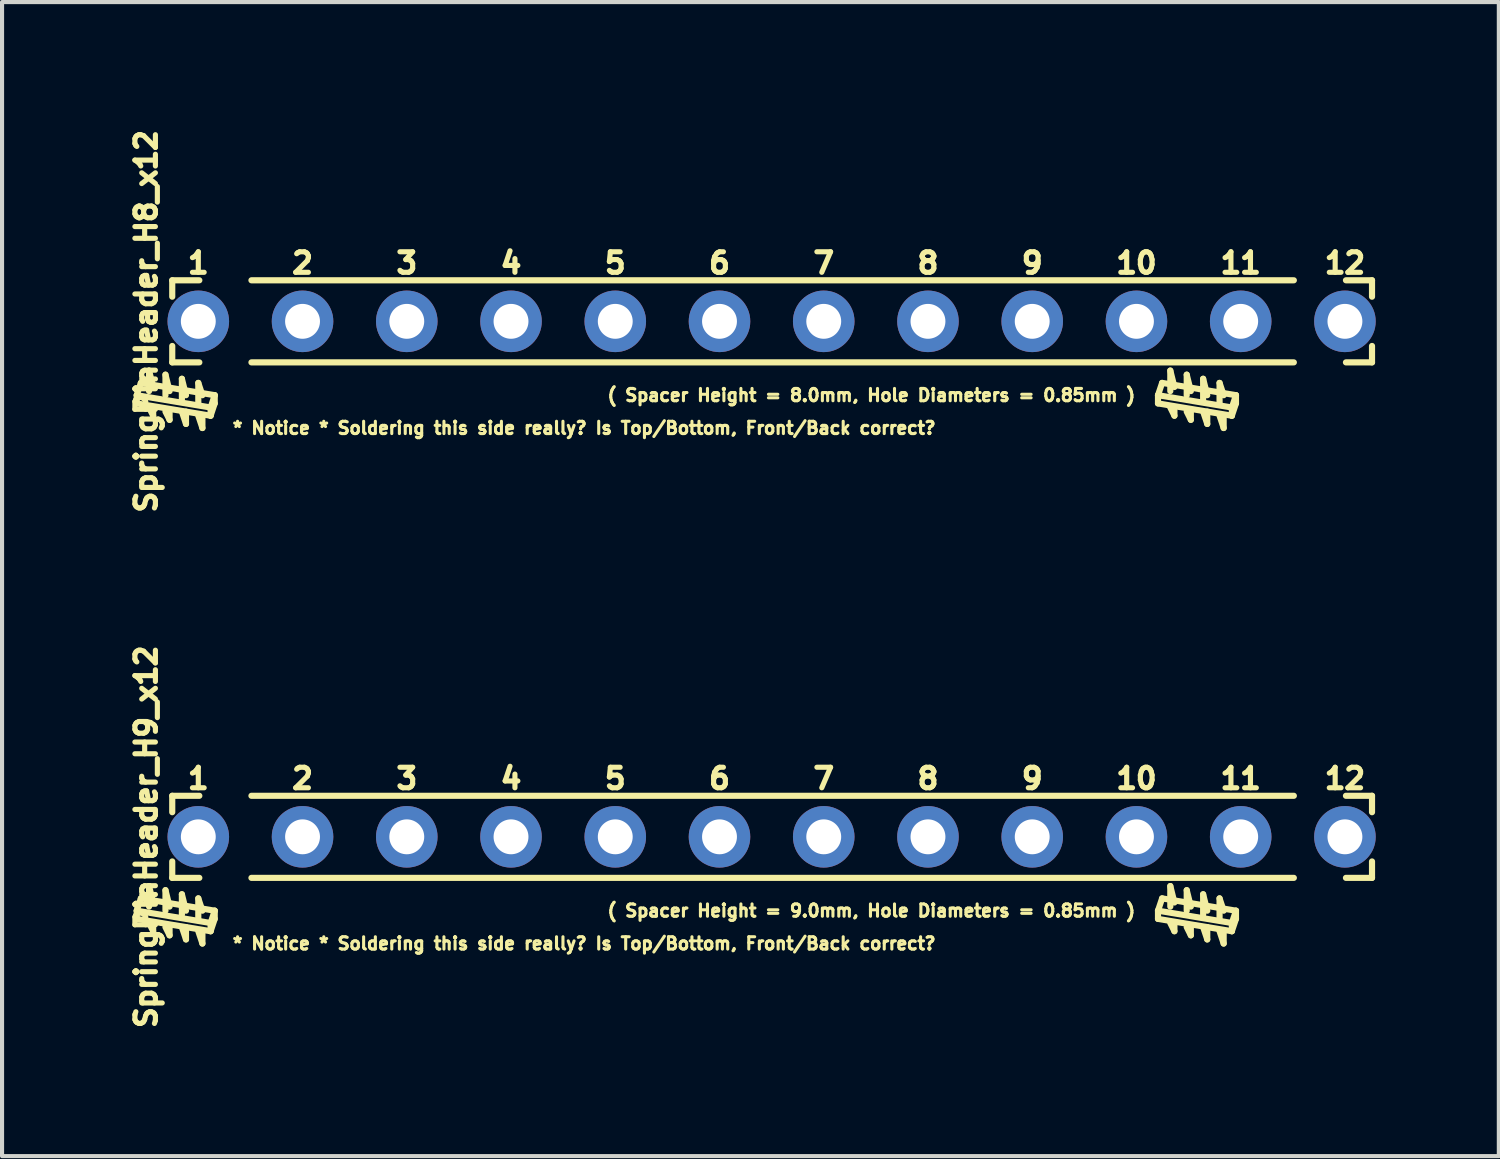
<source format=kicad_pcb>
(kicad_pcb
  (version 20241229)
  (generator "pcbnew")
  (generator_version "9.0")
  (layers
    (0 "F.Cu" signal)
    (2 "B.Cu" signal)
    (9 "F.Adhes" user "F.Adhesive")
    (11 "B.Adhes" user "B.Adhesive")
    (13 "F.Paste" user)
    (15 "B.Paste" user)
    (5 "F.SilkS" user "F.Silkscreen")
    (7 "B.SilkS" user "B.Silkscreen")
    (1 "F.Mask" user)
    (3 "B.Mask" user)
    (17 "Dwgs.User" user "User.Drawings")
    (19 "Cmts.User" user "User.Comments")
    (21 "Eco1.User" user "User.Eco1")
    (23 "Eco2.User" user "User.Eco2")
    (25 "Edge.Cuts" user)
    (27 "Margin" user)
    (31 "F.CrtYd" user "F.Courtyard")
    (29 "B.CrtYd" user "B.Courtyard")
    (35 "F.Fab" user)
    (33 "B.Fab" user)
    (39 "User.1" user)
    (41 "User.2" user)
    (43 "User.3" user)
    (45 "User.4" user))
  (footprint "SpringPinHeader_H9_x12"
    (layer "F.Cu")
    (at 1.782 17.341)
    (property "Reference" "SpringPinHeader_H9_x12" (at -1.27 0 90) (layer "F.SilkS") (effects (font (size 0.5 0.5) (thickness 0.125))))
    (attr through_hole)
    (fp_line (start -1.5 1.8) (end -1.5 2) (stroke (width 0.15) (type solid)) (layer "F.SilkS"))
    (fp_line (start -1.5 1.8) (end 0.3 2.1) (stroke (width 0.15) (type solid)) (layer "F.SilkS"))
    (fp_line (start -1.5 2) (end 0.3 2.3) (stroke (width 0.15) (type solid)) (layer "F.SilkS"))
    (fp_line (start -1.4 1.5) (end -1.5 1.8) (stroke (width 0.15) (type solid)) (layer "F.SilkS"))
    (fp_line (start -1.2 1.2) (end -1.1 1.6) (stroke (width 0.15) (type solid)) (layer "F.SilkS"))
    (fp_line (start -1.2 1.7) (end -1.2 1.2) (stroke (width 0.15) (type solid)) (layer "F.SilkS"))
    (fp_line (start -1.2 2.1) (end -1.1 2.3) (stroke (width 0.15) (type solid)) (layer "F.SilkS"))
    (fp_line (start -1.1 2.3) (end -1.1 2.1) (stroke (width 0.15) (type solid)) (layer "F.SilkS"))
    (fp_line (start -0.8 1.3) (end -0.7 1.7) (stroke (width 0.15) (type solid)) (layer "F.SilkS"))
    (fp_line (start -0.8 1.8) (end -0.8 1.3) (stroke (width 0.15) (type solid)) (layer "F.SilkS"))
    (fp_line (start -0.8 2.2) (end -0.7 2.4) (stroke (width 0.15) (type solid)) (layer "F.SilkS"))
    (fp_line (start -0.7 2.4) (end -0.7 2.2) (stroke (width 0.15) (type solid)) (layer "F.SilkS"))
    (fp_line (start -0.635 -1) (end -0.635 -0.6) (stroke (width 0.15) (type solid)) (layer "F.SilkS"))
    (fp_line (start -0.635 -1) (end 0.025 -1) (stroke (width 0.15) (type solid)) (layer "F.SilkS"))
    (fp_line (start -0.635 1) (end -0.635 0.6) (stroke (width 0.15) (type solid)) (layer "F.SilkS"))
    (fp_line (start -0.635 1) (end 0.025 1) (stroke (width 0.15) (type solid)) (layer "F.SilkS"))
    (fp_line (start -0.4 1.4) (end -0.3 1.8) (stroke (width 0.15) (type solid)) (layer "F.SilkS"))
    (fp_line (start -0.4 1.9) (end -0.4 1.4) (stroke (width 0.15) (type solid)) (layer "F.SilkS"))
    (fp_line (start -0.4 2.2) (end -0.3 2.5) (stroke (width 0.15) (type solid)) (layer "F.SilkS"))
    (fp_line (start -0.3 2.5) (end -0.3 2.2) (stroke (width 0.15) (type solid)) (layer "F.SilkS"))
    (fp_line (start 0 1.5) (end 0.1 1.8) (stroke (width 0.15) (type solid)) (layer "F.SilkS"))
    (fp_line (start 0 2) (end 0 1.5) (stroke (width 0.15) (type solid)) (layer "F.SilkS"))
    (fp_line (start 0 2.3) (end 0.1 2.6) (stroke (width 0.15) (type solid)) (layer "F.SilkS"))
    (fp_line (start 0.1 2.6) (end 0.1 2.3) (stroke (width 0.15) (type solid)) (layer "F.SilkS"))
    (fp_line (start 0.3 2.1) (end 0.4 1.8) (stroke (width 0.15) (type solid)) (layer "F.SilkS"))
    (fp_line (start 0.3 2.3) (end 0.3 2.1) (stroke (width 0.15) (type solid)) (layer "F.SilkS"))
    (fp_line (start 0.4 1.8) (end -1.4 1.5) (stroke (width 0.15) (type solid)) (layer "F.SilkS"))
    (fp_line (start 0.4 1.8) (end 0.4 2) (stroke (width 0.15) (type solid)) (layer "F.SilkS"))
    (fp_line (start 0.4 2) (end 0.3 2.3) (stroke (width 0.15) (type solid)) (layer "F.SilkS"))
    (fp_line (start 1.295 -1) (end 26.695 -1) (stroke (width 0.15) (type solid)) (layer "F.SilkS"))
    (fp_line (start 23.385 1.8) (end 23.385 2) (stroke (width 0.15) (type solid)) (layer "F.SilkS"))
    (fp_line (start 23.385 1.8) (end 25.185 2.1) (stroke (width 0.15) (type solid)) (layer "F.SilkS"))
    (fp_line (start 23.385 2) (end 25.185 2.3) (stroke (width 0.15) (type solid)) (layer "F.SilkS"))
    (fp_line (start 23.485 1.5) (end 23.385 1.8) (stroke (width 0.15) (type solid)) (layer "F.SilkS"))
    (fp_line (start 23.685 1.2) (end 23.785 1.6) (stroke (width 0.15) (type solid)) (layer "F.SilkS"))
    (fp_line (start 23.685 1.7) (end 23.685 1.2) (stroke (width 0.15) (type solid)) (layer "F.SilkS"))
    (fp_line (start 23.685 2.1) (end 23.785 2.3) (stroke (width 0.15) (type solid)) (layer "F.SilkS"))
    (fp_line (start 23.785 2.3) (end 23.785 2.1) (stroke (width 0.15) (type solid)) (layer "F.SilkS"))
    (fp_line (start 24.085 1.3) (end 24.185 1.7) (stroke (width 0.15) (type solid)) (layer "F.SilkS"))
    (fp_line (start 24.085 1.8) (end 24.085 1.3) (stroke (width 0.15) (type solid)) (layer "F.SilkS"))
    (fp_line (start 24.085 2.2) (end 24.185 2.4) (stroke (width 0.15) (type solid)) (layer "F.SilkS"))
    (fp_line (start 24.185 2.4) (end 24.185 2.2) (stroke (width 0.15) (type solid)) (layer "F.SilkS"))
    (fp_line (start 24.485 1.4) (end 24.585 1.8) (stroke (width 0.15) (type solid)) (layer "F.SilkS"))
    (fp_line (start 24.485 1.9) (end 24.485 1.4) (stroke (width 0.15) (type solid)) (layer "F.SilkS"))
    (fp_line (start 24.485 2.2) (end 24.585 2.5) (stroke (width 0.15) (type solid)) (layer "F.SilkS"))
    (fp_line (start 24.585 2.5) (end 24.585 2.2) (stroke (width 0.15) (type solid)) (layer "F.SilkS"))
    (fp_line (start 24.885 1.5) (end 24.985 1.8) (stroke (width 0.15) (type solid)) (layer "F.SilkS"))
    (fp_line (start 24.885 2) (end 24.885 1.5) (stroke (width 0.15) (type solid)) (layer "F.SilkS"))
    (fp_line (start 24.885 2.3) (end 24.985 2.6) (stroke (width 0.15) (type solid)) (layer "F.SilkS"))
    (fp_line (start 24.985 2.6) (end 24.985 2.3) (stroke (width 0.15) (type solid)) (layer "F.SilkS"))
    (fp_line (start 25.185 2.1) (end 25.285 1.8) (stroke (width 0.15) (type solid)) (layer "F.SilkS"))
    (fp_line (start 25.185 2.3) (end 25.185 2.1) (stroke (width 0.15) (type solid)) (layer "F.SilkS"))
    (fp_line (start 25.285 1.8) (end 23.485 1.5) (stroke (width 0.15) (type solid)) (layer "F.SilkS"))
    (fp_line (start 25.285 1.8) (end 25.285 2) (stroke (width 0.15) (type solid)) (layer "F.SilkS"))
    (fp_line (start 25.285 2) (end 25.185 2.3) (stroke (width 0.15) (type solid)) (layer "F.SilkS"))
    (fp_line (start 26.695 1) (end 1.295 1) (stroke (width 0.15) (type solid)) (layer "F.SilkS"))
    (fp_line (start 28.6 -1) (end 27.965 -1) (stroke (width 0.15) (type solid)) (layer "F.SilkS"))
    (fp_line (start 28.6 -1) (end 28.6 -0.6) (stroke (width 0.15) (type solid)) (layer "F.SilkS"))
    (fp_line (start 28.6 0.6) (end 28.6 1) (stroke (width 0.15) (type solid)) (layer "F.SilkS"))
    (fp_line (start 28.6 1) (end 27.965 1) (stroke (width 0.15) (type solid)) (layer "F.SilkS"))
    (fp_text user "2" (at 2.54 -1.42 0) (layer "F.SilkS") (effects (font (size 0.5 0.5) (thickness 0.125))))
    (fp_text user "8" (at 17.78 -1.42 0) (layer "F.SilkS") (effects (font (size 0.5 0.5) (thickness 0.125))))
    (fp_text user "* Notice * Soldering this side really? Is Top/Bottom, Front/Back correct?" (at 9.4 2.6 0) (layer "F.SilkS") (effects (font (size 0.3 0.3) (thickness 0.075))))
    (fp_text user "3" (at 5.08 -1.42 0) (layer "F.SilkS") (effects (font (size 0.5 0.5) (thickness 0.125))))
    (fp_text user "5" (at 10.16 -1.42 0) (layer "F.SilkS") (effects (font (size 0.5 0.5) (thickness 0.125))))
    (fp_text user "9" (at 20.32 -1.42 0) (layer "F.SilkS") (effects (font (size 0.5 0.5) (thickness 0.125))))
    (fp_text user "4" (at 7.62 -1.42 0) (layer "F.SilkS") (effects (font (size 0.5 0.5) (thickness 0.125))))
    (fp_text user "1" (at 0 -1.42 0) (layer "F.SilkS") (effects (font (size 0.5 0.5) (thickness 0.125))))
    (fp_text user "11" (at 25.4 -1.42 0) (layer "F.SilkS") (effects (font (size 0.5 0.5) (thickness 0.125))))
    (fp_text user "7" (at 15.24 -1.42 0) (layer "F.SilkS") (effects (font (size 0.5 0.5) (thickness 0.125))))
    (fp_text user "( Spacer Height = 9.0mm, Hole Diameters = 0.85mm )" (at 16.4 1.8 0) (layer "F.SilkS") (effects (font (size 0.3 0.3) (thickness 0.075))))
    (fp_text user "10" (at 22.86 -1.42 0) (layer "F.SilkS") (effects (font (size 0.5 0.5) (thickness 0.125))))
    (fp_text user "6" (at 12.7 -1.42 0) (layer "F.SilkS") (effects (font (size 0.5 0.5) (thickness 0.125))))
    (fp_text user "12" (at 27.94 -1.42 0) (layer "F.SilkS") (effects (font (size 0.5 0.5) (thickness 0.125))))
    (pad "1" thru_hole circle (at 0 0 90) (size 1.5 1.5) (drill 0.85) (layers "*.Cu" "*.Mask"))
    (pad "2" thru_hole circle (at 2.54 0) (size 1.5 1.5) (drill 0.85) (layers "*.Cu" "*.Mask"))
    (pad "3" thru_hole circle (at 5.08 0) (size 1.5 1.5) (drill 0.85) (layers "*.Cu" "*.Mask"))
    (pad "4" thru_hole circle (at 7.62 0) (size 1.5 1.5) (drill 0.85) (layers "*.Cu" "*.Mask"))
    (pad "5" thru_hole circle (at 10.16 0) (size 1.5 1.5) (drill 0.85) (layers "*.Cu" "*.Mask"))
    (pad "6" thru_hole circle (at 12.7 0) (size 1.5 1.5) (drill 0.85) (layers "*.Cu" "*.Mask"))
    (pad "7" thru_hole circle (at 15.24 0) (size 1.5 1.5) (drill 0.85) (layers "*.Cu" "*.Mask"))
    (pad "8" thru_hole circle (at 17.78 0) (size 1.5 1.5) (drill 0.85) (layers "*.Cu" "*.Mask"))
    (pad "9" thru_hole circle (at 20.32 0) (size 1.5 1.5) (drill 0.85) (layers "*.Cu" "*.Mask"))
    (pad "10" thru_hole circle (at 22.86 0) (size 1.5 1.5) (drill 0.85) (layers "*.Cu" "*.Mask"))
    (pad "11" thru_hole circle (at 25.4 0) (size 1.5 1.5) (drill 0.85) (layers "*.Cu" "*.Mask"))
    (pad "12" thru_hole circle (at 27.94 0) (size 1.5 1.5) (drill 0.85) (layers "*.Cu" "*.Mask")))
  (footprint "SpringPinHeader_H8_x12"
    (layer "F.Cu")
    (at 1.782 4.78)
    (property "Reference" "SpringPinHeader_H8_x12" (at -1.27 0 90) (layer "F.SilkS") (effects (font (size 0.5 0.5) (thickness 0.125))))
    (attr through_hole)
    (fp_line (start -1.5 1.8) (end -1.5 2) (stroke (width 0.15) (type solid)) (layer "F.SilkS"))
    (fp_line (start -1.5 1.8) (end 0.3 2.1) (stroke (width 0.15) (type solid)) (layer "F.SilkS"))
    (fp_line (start -1.5 2) (end 0.3 2.3) (stroke (width 0.15) (type solid)) (layer "F.SilkS"))
    (fp_line (start -1.4 1.5) (end -1.5 1.8) (stroke (width 0.15) (type solid)) (layer "F.SilkS"))
    (fp_line (start -1.2 1.2) (end -1.1 1.6) (stroke (width 0.15) (type solid)) (layer "F.SilkS"))
    (fp_line (start -1.2 1.7) (end -1.2 1.2) (stroke (width 0.15) (type solid)) (layer "F.SilkS"))
    (fp_line (start -1.2 2.1) (end -1.1 2.3) (stroke (width 0.15) (type solid)) (layer "F.SilkS"))
    (fp_line (start -1.1 2.3) (end -1.1 2.1) (stroke (width 0.15) (type solid)) (layer "F.SilkS"))
    (fp_line (start -0.8 1.3) (end -0.7 1.7) (stroke (width 0.15) (type solid)) (layer "F.SilkS"))
    (fp_line (start -0.8 1.8) (end -0.8 1.3) (stroke (width 0.15) (type solid)) (layer "F.SilkS"))
    (fp_line (start -0.8 2.2) (end -0.7 2.4) (stroke (width 0.15) (type solid)) (layer "F.SilkS"))
    (fp_line (start -0.7 2.4) (end -0.7 2.2) (stroke (width 0.15) (type solid)) (layer "F.SilkS"))
    (fp_line (start -0.635 -1) (end -0.635 -0.6) (stroke (width 0.15) (type solid)) (layer "F.SilkS"))
    (fp_line (start -0.635 -1) (end 0.025 -1) (stroke (width 0.15) (type solid)) (layer "F.SilkS"))
    (fp_line (start -0.635 1) (end -0.635 0.6) (stroke (width 0.15) (type solid)) (layer "F.SilkS"))
    (fp_line (start -0.635 1) (end 0.025 1) (stroke (width 0.15) (type solid)) (layer "F.SilkS"))
    (fp_line (start -0.4 1.4) (end -0.3 1.8) (stroke (width 0.15) (type solid)) (layer "F.SilkS"))
    (fp_line (start -0.4 1.9) (end -0.4 1.4) (stroke (width 0.15) (type solid)) (layer "F.SilkS"))
    (fp_line (start -0.4 2.2) (end -0.3 2.5) (stroke (width 0.15) (type solid)) (layer "F.SilkS"))
    (fp_line (start -0.3 2.5) (end -0.3 2.2) (stroke (width 0.15) (type solid)) (layer "F.SilkS"))
    (fp_line (start 0 1.5) (end 0.1 1.8) (stroke (width 0.15) (type solid)) (layer "F.SilkS"))
    (fp_line (start 0 2) (end 0 1.5) (stroke (width 0.15) (type solid)) (layer "F.SilkS"))
    (fp_line (start 0 2.3) (end 0.1 2.6) (stroke (width 0.15) (type solid)) (layer "F.SilkS"))
    (fp_line (start 0.1 2.6) (end 0.1 2.3) (stroke (width 0.15) (type solid)) (layer "F.SilkS"))
    (fp_line (start 0.3 2.1) (end 0.4 1.8) (stroke (width 0.15) (type solid)) (layer "F.SilkS"))
    (fp_line (start 0.3 2.3) (end 0.3 2.1) (stroke (width 0.15) (type solid)) (layer "F.SilkS"))
    (fp_line (start 0.4 1.8) (end -1.4 1.5) (stroke (width 0.15) (type solid)) (layer "F.SilkS"))
    (fp_line (start 0.4 1.8) (end 0.4 2) (stroke (width 0.15) (type solid)) (layer "F.SilkS"))
    (fp_line (start 0.4 2) (end 0.3 2.3) (stroke (width 0.15) (type solid)) (layer "F.SilkS"))
    (fp_line (start 1.295 -1) (end 26.695 -1) (stroke (width 0.15) (type solid)) (layer "F.SilkS"))
    (fp_line (start 23.385 1.8) (end 23.385 2) (stroke (width 0.15) (type solid)) (layer "F.SilkS"))
    (fp_line (start 23.385 1.8) (end 25.185 2.1) (stroke (width 0.15) (type solid)) (layer "F.SilkS"))
    (fp_line (start 23.385 2) (end 25.185 2.3) (stroke (width 0.15) (type solid)) (layer "F.SilkS"))
    (fp_line (start 23.485 1.5) (end 23.385 1.8) (stroke (width 0.15) (type solid)) (layer "F.SilkS"))
    (fp_line (start 23.685 1.2) (end 23.785 1.6) (stroke (width 0.15) (type solid)) (layer "F.SilkS"))
    (fp_line (start 23.685 1.7) (end 23.685 1.2) (stroke (width 0.15) (type solid)) (layer "F.SilkS"))
    (fp_line (start 23.685 2.1) (end 23.785 2.3) (stroke (width 0.15) (type solid)) (layer "F.SilkS"))
    (fp_line (start 23.785 2.3) (end 23.785 2.1) (stroke (width 0.15) (type solid)) (layer "F.SilkS"))
    (fp_line (start 24.085 1.3) (end 24.185 1.7) (stroke (width 0.15) (type solid)) (layer "F.SilkS"))
    (fp_line (start 24.085 1.8) (end 24.085 1.3) (stroke (width 0.15) (type solid)) (layer "F.SilkS"))
    (fp_line (start 24.085 2.2) (end 24.185 2.4) (stroke (width 0.15) (type solid)) (layer "F.SilkS"))
    (fp_line (start 24.185 2.4) (end 24.185 2.2) (stroke (width 0.15) (type solid)) (layer "F.SilkS"))
    (fp_line (start 24.485 1.4) (end 24.585 1.8) (stroke (width 0.15) (type solid)) (layer "F.SilkS"))
    (fp_line (start 24.485 1.9) (end 24.485 1.4) (stroke (width 0.15) (type solid)) (layer "F.SilkS"))
    (fp_line (start 24.485 2.2) (end 24.585 2.5) (stroke (width 0.15) (type solid)) (layer "F.SilkS"))
    (fp_line (start 24.585 2.5) (end 24.585 2.2) (stroke (width 0.15) (type solid)) (layer "F.SilkS"))
    (fp_line (start 24.885 1.5) (end 24.985 1.8) (stroke (width 0.15) (type solid)) (layer "F.SilkS"))
    (fp_line (start 24.885 2) (end 24.885 1.5) (stroke (width 0.15) (type solid)) (layer "F.SilkS"))
    (fp_line (start 24.885 2.3) (end 24.985 2.6) (stroke (width 0.15) (type solid)) (layer "F.SilkS"))
    (fp_line (start 24.985 2.6) (end 24.985 2.3) (stroke (width 0.15) (type solid)) (layer "F.SilkS"))
    (fp_line (start 25.185 2.1) (end 25.285 1.8) (stroke (width 0.15) (type solid)) (layer "F.SilkS"))
    (fp_line (start 25.185 2.3) (end 25.185 2.1) (stroke (width 0.15) (type solid)) (layer "F.SilkS"))
    (fp_line (start 25.285 1.8) (end 23.485 1.5) (stroke (width 0.15) (type solid)) (layer "F.SilkS"))
    (fp_line (start 25.285 1.8) (end 25.285 2) (stroke (width 0.15) (type solid)) (layer "F.SilkS"))
    (fp_line (start 25.285 2) (end 25.185 2.3) (stroke (width 0.15) (type solid)) (layer "F.SilkS"))
    (fp_line (start 26.695 1) (end 1.295 1) (stroke (width 0.15) (type solid)) (layer "F.SilkS"))
    (fp_line (start 28.6 -1) (end 27.965 -1) (stroke (width 0.15) (type solid)) (layer "F.SilkS"))
    (fp_line (start 28.6 -1) (end 28.6 -0.6) (stroke (width 0.15) (type solid)) (layer "F.SilkS"))
    (fp_line (start 28.6 0.6) (end 28.6 1) (stroke (width 0.15) (type solid)) (layer "F.SilkS"))
    (fp_line (start 28.6 1) (end 27.965 1) (stroke (width 0.15) (type solid)) (layer "F.SilkS"))
    (fp_text user "10" (at 22.86 -1.42 0) (layer "F.SilkS") (effects (font (size 0.5 0.5) (thickness 0.125))))
    (fp_text user "11" (at 25.4 -1.42 0) (layer "F.SilkS") (effects (font (size 0.5 0.5) (thickness 0.125))))
    (fp_text user "1" (at 0 -1.42 0) (layer "F.SilkS") (effects (font (size 0.5 0.5) (thickness 0.125))))
    (fp_text user "( Spacer Height = 8.0mm, Hole Diameters = 0.85mm )" (at 16.4 1.8 0) (layer "F.SilkS") (effects (font (size 0.3 0.3) (thickness 0.075))))
    (fp_text user "7" (at 15.24 -1.42 0) (layer "F.SilkS") (effects (font (size 0.5 0.5) (thickness 0.125))))
    (fp_text user "* Notice * Soldering this side really? Is Top/Bottom, Front/Back correct?" (at 9.4 2.6 0) (layer "F.SilkS") (effects (font (size 0.3 0.3) (thickness 0.075))))
    (fp_text user "3" (at 5.08 -1.42 0) (layer "F.SilkS") (effects (font (size 0.5 0.5) (thickness 0.125))))
    (fp_text user "4" (at 7.62 -1.42 0) (layer "F.SilkS") (effects (font (size 0.5 0.5) (thickness 0.125))))
    (fp_text user "8" (at 17.78 -1.42 0) (layer "F.SilkS") (effects (font (size 0.5 0.5) (thickness 0.125))))
    (fp_text user "2" (at 2.54 -1.42 0) (layer "F.SilkS") (effects (font (size 0.5 0.5) (thickness 0.125))))
    (fp_text user "6" (at 12.7 -1.42 0) (layer "F.SilkS") (effects (font (size 0.5 0.5) (thickness 0.125))))
    (fp_text user "9" (at 20.32 -1.42 0) (layer "F.SilkS") (effects (font (size 0.5 0.5) (thickness 0.125))))
    (fp_text user "5" (at 10.16 -1.42 0) (layer "F.SilkS") (effects (font (size 0.5 0.5) (thickness 0.125))))
    (fp_text user "12" (at 27.94 -1.42 0) (layer "F.SilkS") (effects (font (size 0.5 0.5) (thickness 0.125))))
    (pad "1" thru_hole circle (at 0 0 90) (size 1.5 1.5) (drill 0.85) (layers "*.Cu" "*.Mask"))
    (pad "2" thru_hole circle (at 2.54 0) (size 1.5 1.5) (drill 0.85) (layers "*.Cu" "*.Mask"))
    (pad "3" thru_hole circle (at 5.08 0) (size 1.5 1.5) (drill 0.85) (layers "*.Cu" "*.Mask"))
    (pad "4" thru_hole circle (at 7.62 0) (size 1.5 1.5) (drill 0.85) (layers "*.Cu" "*.Mask"))
    (pad "5" thru_hole circle (at 10.16 0) (size 1.5 1.5) (drill 0.85) (layers "*.Cu" "*.Mask"))
    (pad "6" thru_hole circle (at 12.7 0) (size 1.5 1.5) (drill 0.85) (layers "*.Cu" "*.Mask"))
    (pad "7" thru_hole circle (at 15.24 0) (size 1.5 1.5) (drill 0.85) (layers "*.Cu" "*.Mask"))
    (pad "8" thru_hole circle (at 17.78 0) (size 1.5 1.5) (drill 0.85) (layers "*.Cu" "*.Mask"))
    (pad "9" thru_hole circle (at 20.32 0) (size 1.5 1.5) (drill 0.85) (layers "*.Cu" "*.Mask"))
    (pad "10" thru_hole circle (at 22.86 0) (size 1.5 1.5) (drill 0.85) (layers "*.Cu" "*.Mask"))
    (pad "11" thru_hole circle (at 25.4 0) (size 1.5 1.5) (drill 0.85) (layers "*.Cu" "*.Mask"))
    (pad "12" thru_hole circle (at 27.94 0) (size 1.5 1.5) (drill 0.85) (layers "*.Cu" "*.Mask")))
  (gr_rect
    (start -3 -3)
    (end 33.472 25.121)
    (stroke (width 0.1) (type default))
    (fill no)
    (layer "Edge.Cuts")))
</source>
